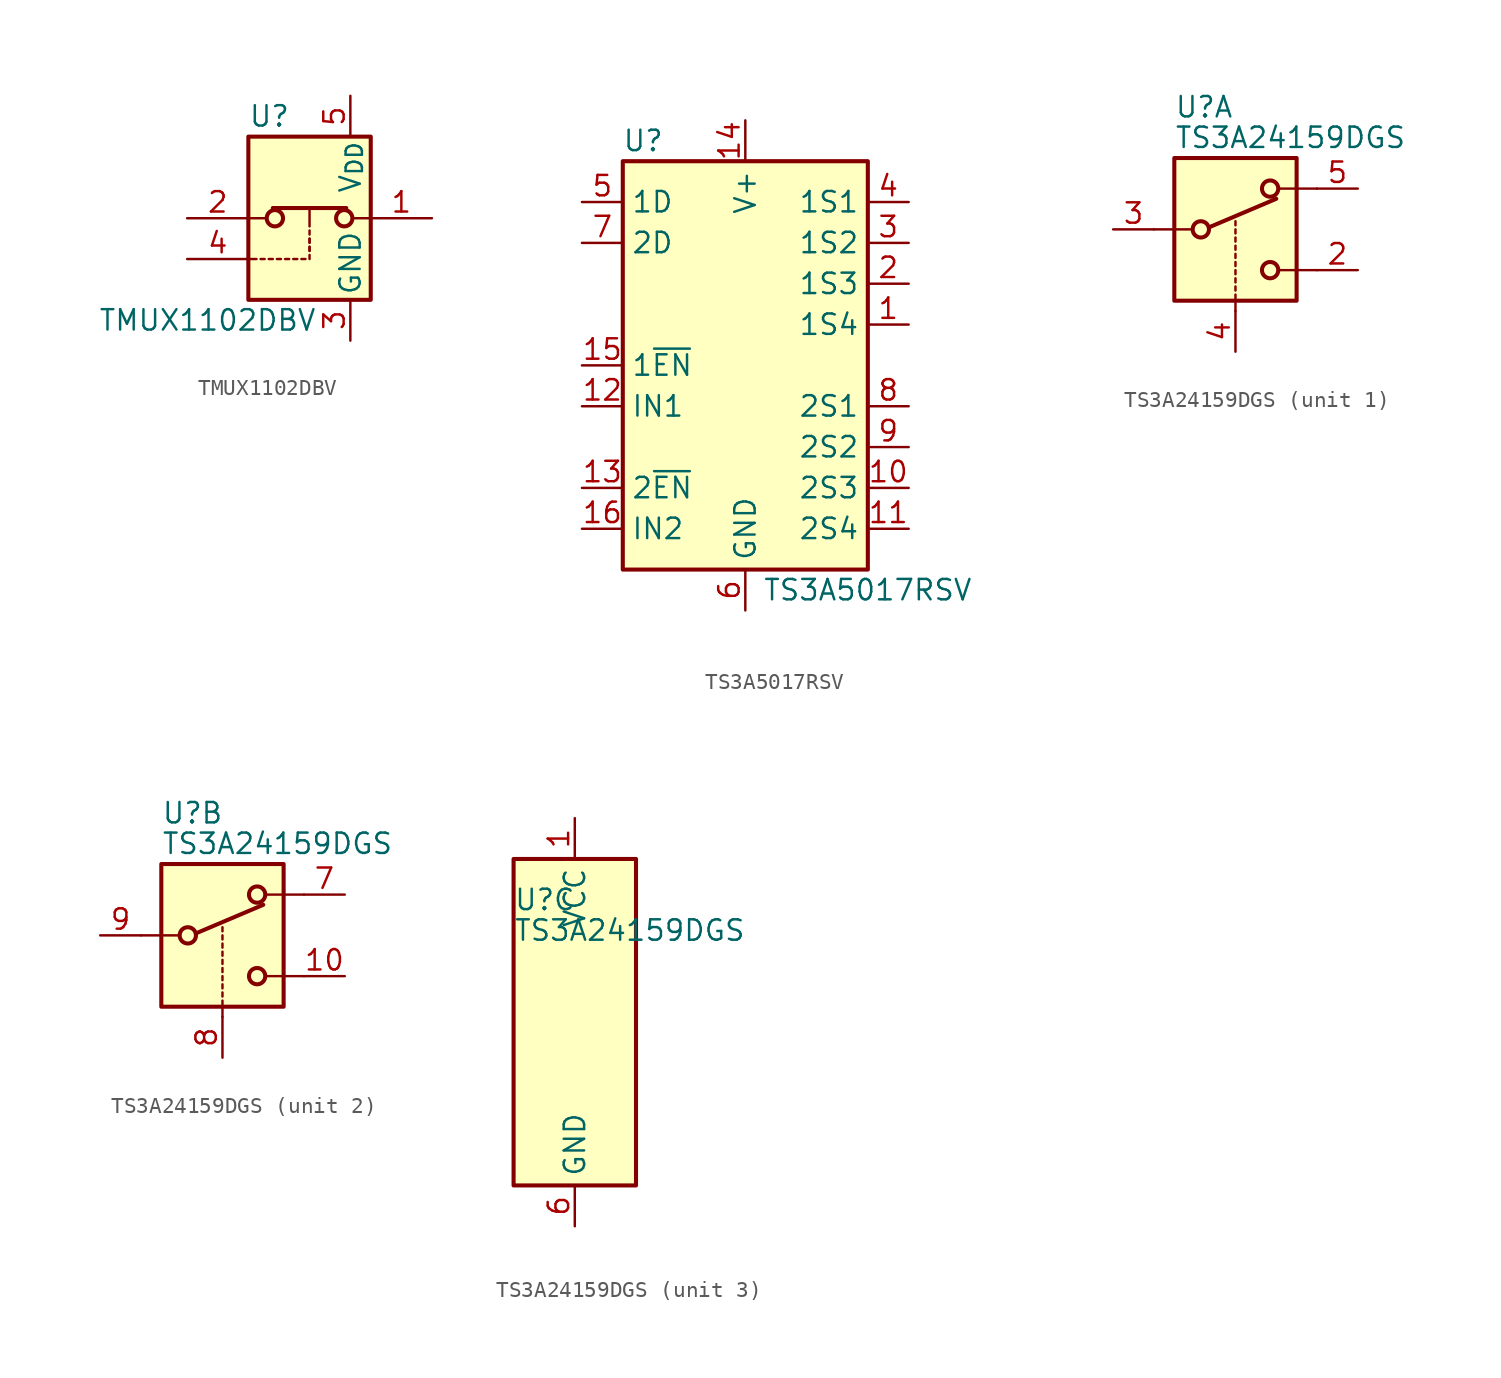
<source format=kicad_sym>
(kicad_symbol_lib
  (version 20241209)
  (generator "kicad_symbol_editor")
  (generator_version "9.0")
  (symbol "TMUX1102DBV"
    (pin_names
      (offset 0.254))
    (property "Reference" "U"
      (at -3.81 6.35 0)
      (effects (font (size 1.27 1.27)) (justify left)))
    (property "Value" "TMUX1102DBV"
      (at -6.35 -6.35 0)
      (effects (font (size 1.27 1.27))))
    (symbol "TMUX1102DBV_0_1"
      (polyline (pts (xy -3.81 -2.54) (xy -3.302 -2.54)) (stroke (width 0) (type default)) (fill (type none)))
      (polyline (pts (xy -3.048 -2.54) (xy -2.794 -2.54)) (stroke (width 0) (type default)) (fill (type none)))
      (polyline (pts (xy -2.54 -2.54) (xy -2.286 -2.54)) (stroke (width 0) (type default)) (fill (type none)))
      (polyline (pts (xy -2.032 -2.54) (xy -1.778 -2.54)) (stroke (width 0) (type default)) (fill (type none)))
      (polyline (pts (xy -1.524 -2.54) (xy -1.27 -2.54)) (stroke (width 0) (type default)) (fill (type none)))
      (polyline (pts (xy -1.016 -2.54) (xy -0.762 -2.54)) (stroke (width 0) (type default)) (fill (type none)))
      (polyline (pts (xy -0.508 -2.54) (xy -0.254 -2.54)) (stroke (width 0) (type default)) (fill (type none)))
      (polyline (pts (xy 0 -1.524) (xy 0 -1.27)) (stroke (width 0) (type default)) (fill (type none)))
      (polyline (pts (xy 0 -2.032) (xy 0 -1.778)) (stroke (width 0) (type default)) (fill (type none))))
    (symbol "TMUX1102DBV_1_1"
      (rectangle (start -3.81 5.08) (end 3.81 -5.08) (stroke (width 0.254) (type default)) (fill (type background)))
      (polyline (pts (xy -3.81 0) (xy -2.794 0)) (stroke (width 0) (type default)) (fill (type none)))
      (polyline (pts (xy -2.286 0.635) (xy 2.286 0.635)) (stroke (width 0.254) (type default)) (fill (type none)))
      (circle (center -2.159 0) (radius 0.508) (stroke (width 0.254) (type default)) (fill (type none)))
      (polyline (pts (xy 0 -0.508) (xy 0 0.635)) (stroke (width 0) (type default)) (fill (type none)))
      (polyline (pts (xy 0 -1.016) (xy 0 -0.762)) (stroke (width 0) (type default)) (fill (type none)))
      (polyline (pts (xy 0 -1.524) (xy 0 -1.27)) (stroke (width 0) (type default)) (fill (type none)))
      (polyline (pts (xy 0 -2.032) (xy 0 -1.778)) (stroke (width 0) (type default)) (fill (type none)))
      (polyline (pts (xy 0 -2.54) (xy 0 -2.286)) (stroke (width 0) (type default)) (fill (type none)))
      (circle (center 2.159 0) (radius 0.508) (stroke (width 0.254) (type default)) (fill (type none)))
      (polyline (pts (xy 3.81 0) (xy 2.794 0)) (stroke (width 0) (type default)) (fill (type none)))
      (pin passive line (at -7.62 0 0) (length 3.81) (name "~" (effects (font (size 1.27 1.27)))) (number "2" (effects (font (size 1.27 1.27)))))
      (pin input line (at -7.62 -2.54 0) (length 3.81) (name "~" (effects (font (size 1.27 1.27)))) (number "4" (effects (font (size 1.27 1.27)))))
      (pin power_in line (at 2.54 7.62 270) (length 2.54) (name "V_{DD}" (effects (font (size 1.27 1.27)))) (number "5" (effects (font (size 1.27 1.27)))))
      (pin power_in line (at 2.54 -7.62 90) (length 2.54) (name "GND" (effects (font (size 1.27 1.27)))) (number "3" (effects (font (size 1.27 1.27)))))
      (pin passive line (at 7.62 0 180) (length 3.81) (name "~" (effects (font (size 1.27 1.27)))) (number "1" (effects (font (size 1.27 1.27)))))))
  (symbol "TS3A5017RSV"
    (property "Reference" "U"
      (at -6.35 13.97 0)
      (effects (font (size 1.27 1.27))))
    (property "Value" "TS3A5017RSV"
      (at 7.62 -13.97 0)
      (effects (font (size 1.27 1.27))))
    (symbol "TS3A5017RSV_0_1"
      (rectangle (start -7.62 12.7) (end 7.62 -12.7) (stroke (width 0.254) (type default)) (fill (type background))))
    (symbol "TS3A5017RSV_1_1"
      (pin bidirectional line (at -10.16 10.16 0) (length 2.54) (name "1D" (effects (font (size 1.27 1.27)))) (number "5" (effects (font (size 1.27 1.27)))))
      (pin bidirectional line (at -10.16 7.62 0) (length 2.54) (name "2D" (effects (font (size 1.27 1.27)))) (number "7" (effects (font (size 1.27 1.27)))))
      (pin input line (at -10.16 0 0) (length 2.54) (name "1~{EN}" (effects (font (size 1.27 1.27)))) (number "15" (effects (font (size 1.27 1.27)))))
      (pin input line (at -10.16 -2.54 0) (length 2.54) (name "IN1" (effects (font (size 1.27 1.27)))) (number "12" (effects (font (size 1.27 1.27)))))
      (pin input line (at -10.16 -7.62 0) (length 2.54) (name "2~{EN}" (effects (font (size 1.27 1.27)))) (number "13" (effects (font (size 1.27 1.27)))))
      (pin input line (at -10.16 -10.16 0) (length 2.54) (name "IN2" (effects (font (size 1.27 1.27)))) (number "16" (effects (font (size 1.27 1.27)))))
      (pin power_in line (at 0 15.24 270) (length 2.54) (name "V+" (effects (font (size 1.27 1.27)))) (number "14" (effects (font (size 1.27 1.27)))))
      (pin power_in line (at 0 -15.24 90) (length 2.54) (name "GND" (effects (font (size 1.27 1.27)))) (number "6" (effects (font (size 1.27 1.27)))))
      (pin bidirectional line (at 10.16 10.16 180) (length 2.54) (name "1S1" (effects (font (size 1.27 1.27)))) (number "4" (effects (font (size 1.27 1.27)))))
      (pin bidirectional line (at 10.16 7.62 180) (length 2.54) (name "1S2" (effects (font (size 1.27 1.27)))) (number "3" (effects (font (size 1.27 1.27)))))
      (pin bidirectional line (at 10.16 5.08 180) (length 2.54) (name "1S3" (effects (font (size 1.27 1.27)))) (number "2" (effects (font (size 1.27 1.27)))))
      (pin bidirectional line (at 10.16 2.54 180) (length 2.54) (name "1S4" (effects (font (size 1.27 1.27)))) (number "1" (effects (font (size 1.27 1.27)))))
      (pin bidirectional line (at 10.16 -2.54 180) (length 2.54) (name "2S1" (effects (font (size 1.27 1.27)))) (number "8" (effects (font (size 1.27 1.27)))))
      (pin bidirectional line (at 10.16 -5.08 180) (length 2.54) (name "2S2" (effects (font (size 1.27 1.27)))) (number "9" (effects (font (size 1.27 1.27)))))
      (pin bidirectional line (at 10.16 -7.62 180) (length 2.54) (name "2S3" (effects (font (size 1.27 1.27)))) (number "10" (effects (font (size 1.27 1.27)))))
      (pin bidirectional line (at 10.16 -10.16 180) (length 2.54) (name "2S4" (effects (font (size 1.27 1.27)))) (number "11" (effects (font (size 1.27 1.27)))))))
  (symbol "TS3A24159DGS"
    (property "Reference" "U"
      (at -3.81 7.62 0)
      (effects (font (size 1.27 1.27)) (justify left)))
    (property "Value" "TS3A24159DGS"
      (at -3.81 5.715 0)
      (effects (font (size 1.27 1.27)) (justify left)))
    (property "ki_locked" ""
      (at 0 0 0)
      (effects (font (size 1.27 1.27))))
    (symbol "TS3A24159DGS_1_1"
      (polyline (pts (xy -5.08 0) (xy -2.794 0)) (stroke (width 0) (type default)) (fill (type none)))
      (rectangle (start -3.81 4.445) (end 3.81 -4.445) (stroke (width 0.254) (type default)) (fill (type background)))
      (circle (center -2.159 0) (radius 0.508) (stroke (width 0.254) (type default)) (fill (type none)))
      (polyline (pts (xy -1.651 0.127) (xy 2.54 1.905)) (stroke (width 0.254) (type default)) (fill (type none)))
      (polyline (pts (xy 0 0.254) (xy 0 0.508)) (stroke (width 0) (type default)) (fill (type none)))
      (polyline (pts (xy 0 -0.254) (xy 0 0)) (stroke (width 0) (type default)) (fill (type none)))
      (polyline (pts (xy 0 -0.762) (xy 0 -0.508)) (stroke (width 0) (type default)) (fill (type none)))
      (polyline (pts (xy 0 -1.27) (xy 0 -1.016)) (stroke (width 0) (type default)) (fill (type none)))
      (polyline (pts (xy 0 -1.778) (xy 0 -1.524)) (stroke (width 0) (type default)) (fill (type none)))
      (polyline (pts (xy 0 -2.286) (xy 0 -2.032)) (stroke (width 0) (type default)) (fill (type none)))
      (polyline (pts (xy 0 -2.794) (xy 0 -2.54)) (stroke (width 0) (type default)) (fill (type none)))
      (polyline (pts (xy 0 -3.302) (xy 0 -3.048)) (stroke (width 0) (type default)) (fill (type none)))
      (polyline (pts (xy 0 -3.81) (xy 0 -3.556)) (stroke (width 0) (type default)) (fill (type none)))
      (polyline (pts (xy 0 -4.318) (xy 0 -4.064)) (stroke (width 0) (type default)) (fill (type none)))
      (polyline (pts (xy 0 -5.08) (xy 0 -4.572)) (stroke (width 0) (type default)) (fill (type none)))
      (circle (center 2.159 2.54) (radius 0.508) (stroke (width 0.254) (type default)) (fill (type none)))
      (circle (center 2.159 -2.54) (radius 0.508) (stroke (width 0.254) (type default)) (fill (type none)))
      (polyline (pts (xy 5.08 2.54) (xy 2.794 2.54)) (stroke (width 0) (type default)) (fill (type none)))
      (polyline (pts (xy 5.08 -2.54) (xy 2.794 -2.54)) (stroke (width 0) (type default)) (fill (type none)))
      (pin passive line (at -7.62 0 0) (length 2.54) (name "~" (effects (font (size 1.27 1.27)))) (number "3" (effects (font (size 1.27 1.27)))))
      (pin input line (at 0 -7.62 90) (length 2.54) (name "~" (effects (font (size 1.27 1.27)))) (number "4" (effects (font (size 1.27 1.27)))))
      (pin passive line (at 7.62 2.54 180) (length 2.54) (name "~" (effects (font (size 1.27 1.27)))) (number "5" (effects (font (size 1.27 1.27)))))
      (pin passive line (at 7.62 -2.54 180) (length 2.54) (name "~" (effects (font (size 1.27 1.27)))) (number "2" (effects (font (size 1.27 1.27))))))
    (symbol "TS3A24159DGS_2_1"
      (polyline (pts (xy -5.08 0) (xy -2.794 0)) (stroke (width 0) (type default)) (fill (type none)))
      (rectangle (start -3.81 4.445) (end 3.81 -4.445) (stroke (width 0.254) (type default)) (fill (type background)))
      (circle (center -2.159 0) (radius 0.508) (stroke (width 0.254) (type default)) (fill (type none)))
      (polyline (pts (xy -1.651 0.127) (xy 2.54 1.905)) (stroke (width 0.254) (type default)) (fill (type none)))
      (polyline (pts (xy 0 0.254) (xy 0 0.508)) (stroke (width 0) (type default)) (fill (type none)))
      (polyline (pts (xy 0 -0.254) (xy 0 0)) (stroke (width 0) (type default)) (fill (type none)))
      (polyline (pts (xy 0 -0.762) (xy 0 -0.508)) (stroke (width 0) (type default)) (fill (type none)))
      (polyline (pts (xy 0 -1.27) (xy 0 -1.016)) (stroke (width 0) (type default)) (fill (type none)))
      (polyline (pts (xy 0 -1.778) (xy 0 -1.524)) (stroke (width 0) (type default)) (fill (type none)))
      (polyline (pts (xy 0 -2.286) (xy 0 -2.032)) (stroke (width 0) (type default)) (fill (type none)))
      (polyline (pts (xy 0 -2.794) (xy 0 -2.54)) (stroke (width 0) (type default)) (fill (type none)))
      (polyline (pts (xy 0 -3.302) (xy 0 -3.048)) (stroke (width 0) (type default)) (fill (type none)))
      (polyline (pts (xy 0 -3.81) (xy 0 -3.556)) (stroke (width 0) (type default)) (fill (type none)))
      (polyline (pts (xy 0 -4.318) (xy 0 -4.064)) (stroke (width 0) (type default)) (fill (type none)))
      (polyline (pts (xy 0 -5.08) (xy 0 -4.572)) (stroke (width 0) (type default)) (fill (type none)))
      (circle (center 2.159 2.54) (radius 0.508) (stroke (width 0.254) (type default)) (fill (type none)))
      (circle (center 2.159 -2.54) (radius 0.508) (stroke (width 0.254) (type default)) (fill (type none)))
      (polyline (pts (xy 5.08 2.54) (xy 2.794 2.54)) (stroke (width 0) (type default)) (fill (type none)))
      (polyline (pts (xy 5.08 -2.54) (xy 2.794 -2.54)) (stroke (width 0) (type default)) (fill (type none)))
      (pin passive line (at -7.62 0 0) (length 2.54) (name "~" (effects (font (size 1.27 1.27)))) (number "9" (effects (font (size 1.27 1.27)))))
      (pin input line (at 0 -7.62 90) (length 2.54) (name "~" (effects (font (size 1.27 1.27)))) (number "8" (effects (font (size 1.27 1.27)))))
      (pin passive line (at 7.62 2.54 180) (length 2.54) (name "~" (effects (font (size 1.27 1.27)))) (number "7" (effects (font (size 1.27 1.27)))))
      (pin passive line (at 7.62 -2.54 180) (length 2.54) (name "~" (effects (font (size 1.27 1.27)))) (number "10" (effects (font (size 1.27 1.27))))))
    (symbol "TS3A24159DGS_3_1"
      (rectangle (start -3.81 10.16) (end 3.81 -10.16) (stroke (width 0.254) (type default)) (fill (type background)))
      (pin power_in line (at 0 12.7 270) (length 2.54) (name "VCC" (effects (font (size 1.27 1.27)))) (number "1" (effects (font (size 1.27 1.27)))))
      (pin power_in line (at 0 -12.7 90) (length 2.54) (name "GND" (effects (font (size 1.27 1.27)))) (number "6" (effects (font (size 1.27 1.27))))))))
</source>
